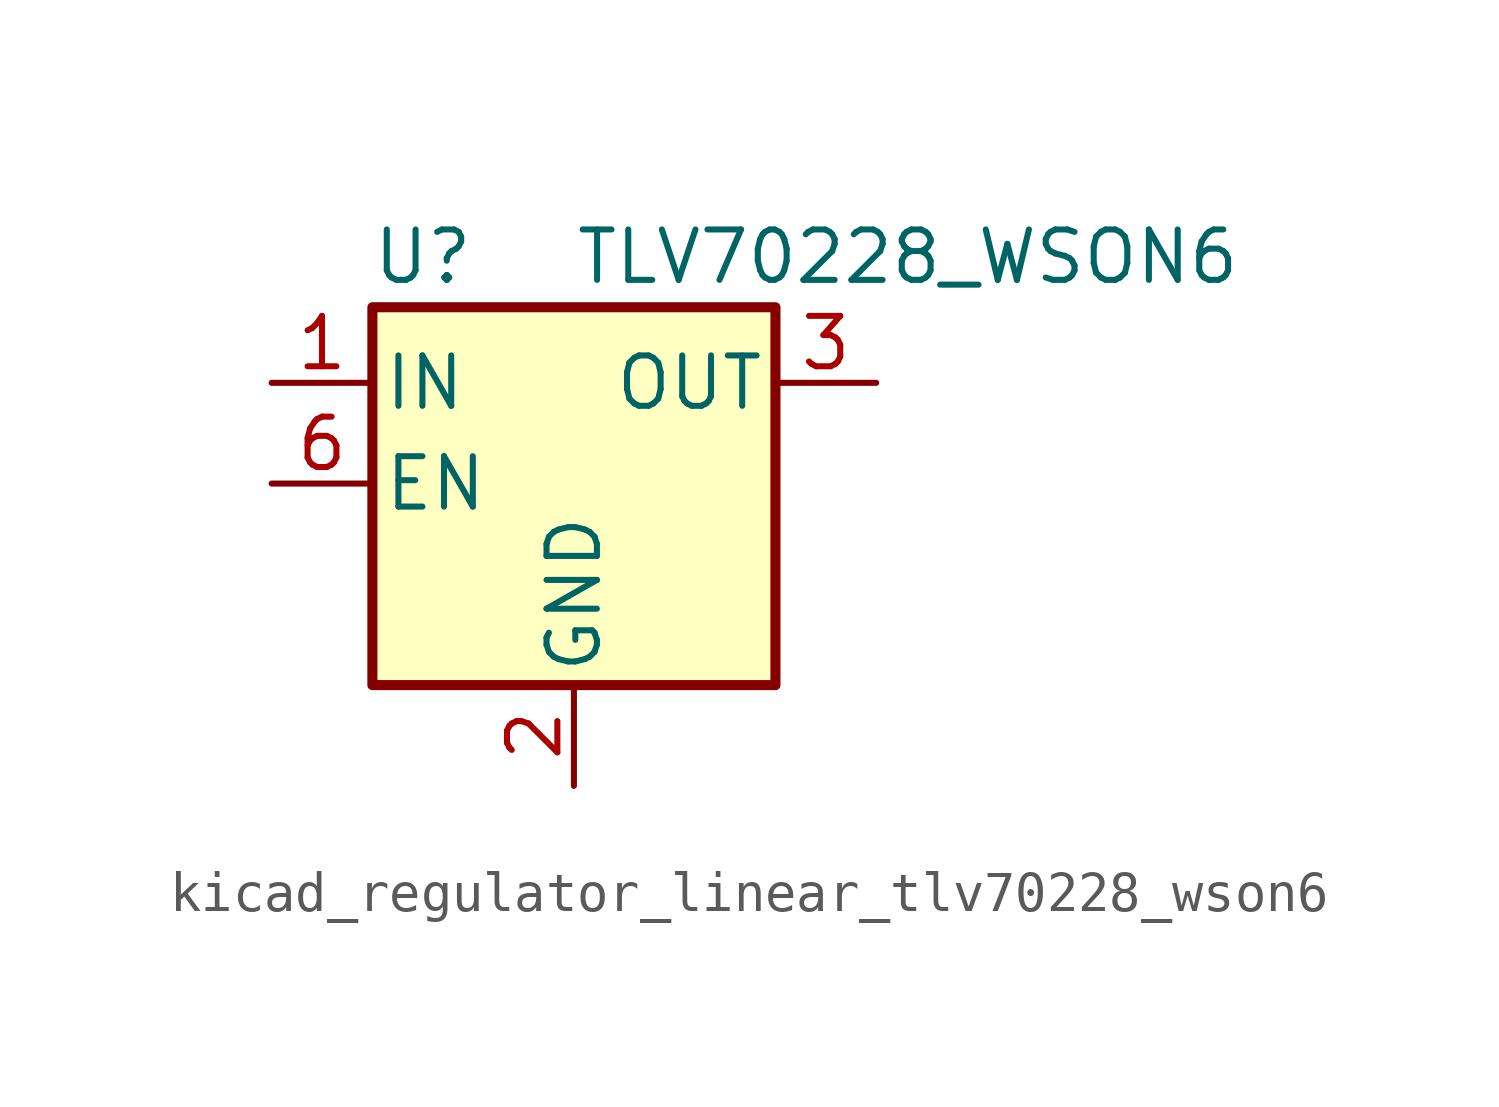
<source format=kicad_sym>
(kicad_symbol_lib
  (version 20220914)
  (generator kicad_symbol_editor)
  (symbol "kicad_regulator_linear_tlv70228_wson6"
    (pin_names
      (offset 0.254))
    (property "Reference" "U"
      (at -3.81 5.715 0)
      (effects (font (size 1.27 1.27))))
    (property "Value" "TLV70228_WSON6"
      (at 0 5.715 0)
      (effects (font (size 1.27 1.27)) (justify left)))
    (symbol "kicad_regulator_linear_tlv70228_wson6_0_1"
      (rectangle (start -5.08 4.445) (end 5.08 -5.08) (stroke (width 0.254) (type default)) (fill (type background))))
    (symbol "kicad_regulator_linear_tlv70228_wson6_1_1"
      (pin power_in line (at -7.62 2.54 0) (length 2.54) (name "IN" (effects (font (size 1.27 1.27)))) (number "1" (effects (font (size 1.27 1.27)))))
      (pin power_in line (at 0 -7.62 90) (length 2.54) (name "GND" (effects (font (size 1.27 1.27)))) (number "2" (effects (font (size 1.27 1.27)))))
      (pin power_out line (at 7.62 2.54 180) (length 2.54) (name "OUT" (effects (font (size 1.27 1.27)))) (number "3" (effects (font (size 1.27 1.27)))))
      (pin no_connect line (at 7.62 0 180) (length 2.54) hide (name "NC" (effects (font (size 1.27 1.27)))) (number "4" (effects (font (size 1.27 1.27)))))
      (pin no_connect line (at -2.54 -5.08 90) (length 2.54) hide (name "NC" (effects (font (size 1.27 1.27)))) (number "5" (effects (font (size 1.27 1.27)))))
      (pin input line (at -7.62 0 0) (length 2.54) (name "EN" (effects (font (size 1.27 1.27)))) (number "6" (effects (font (size 1.27 1.27))))))))
</source>
